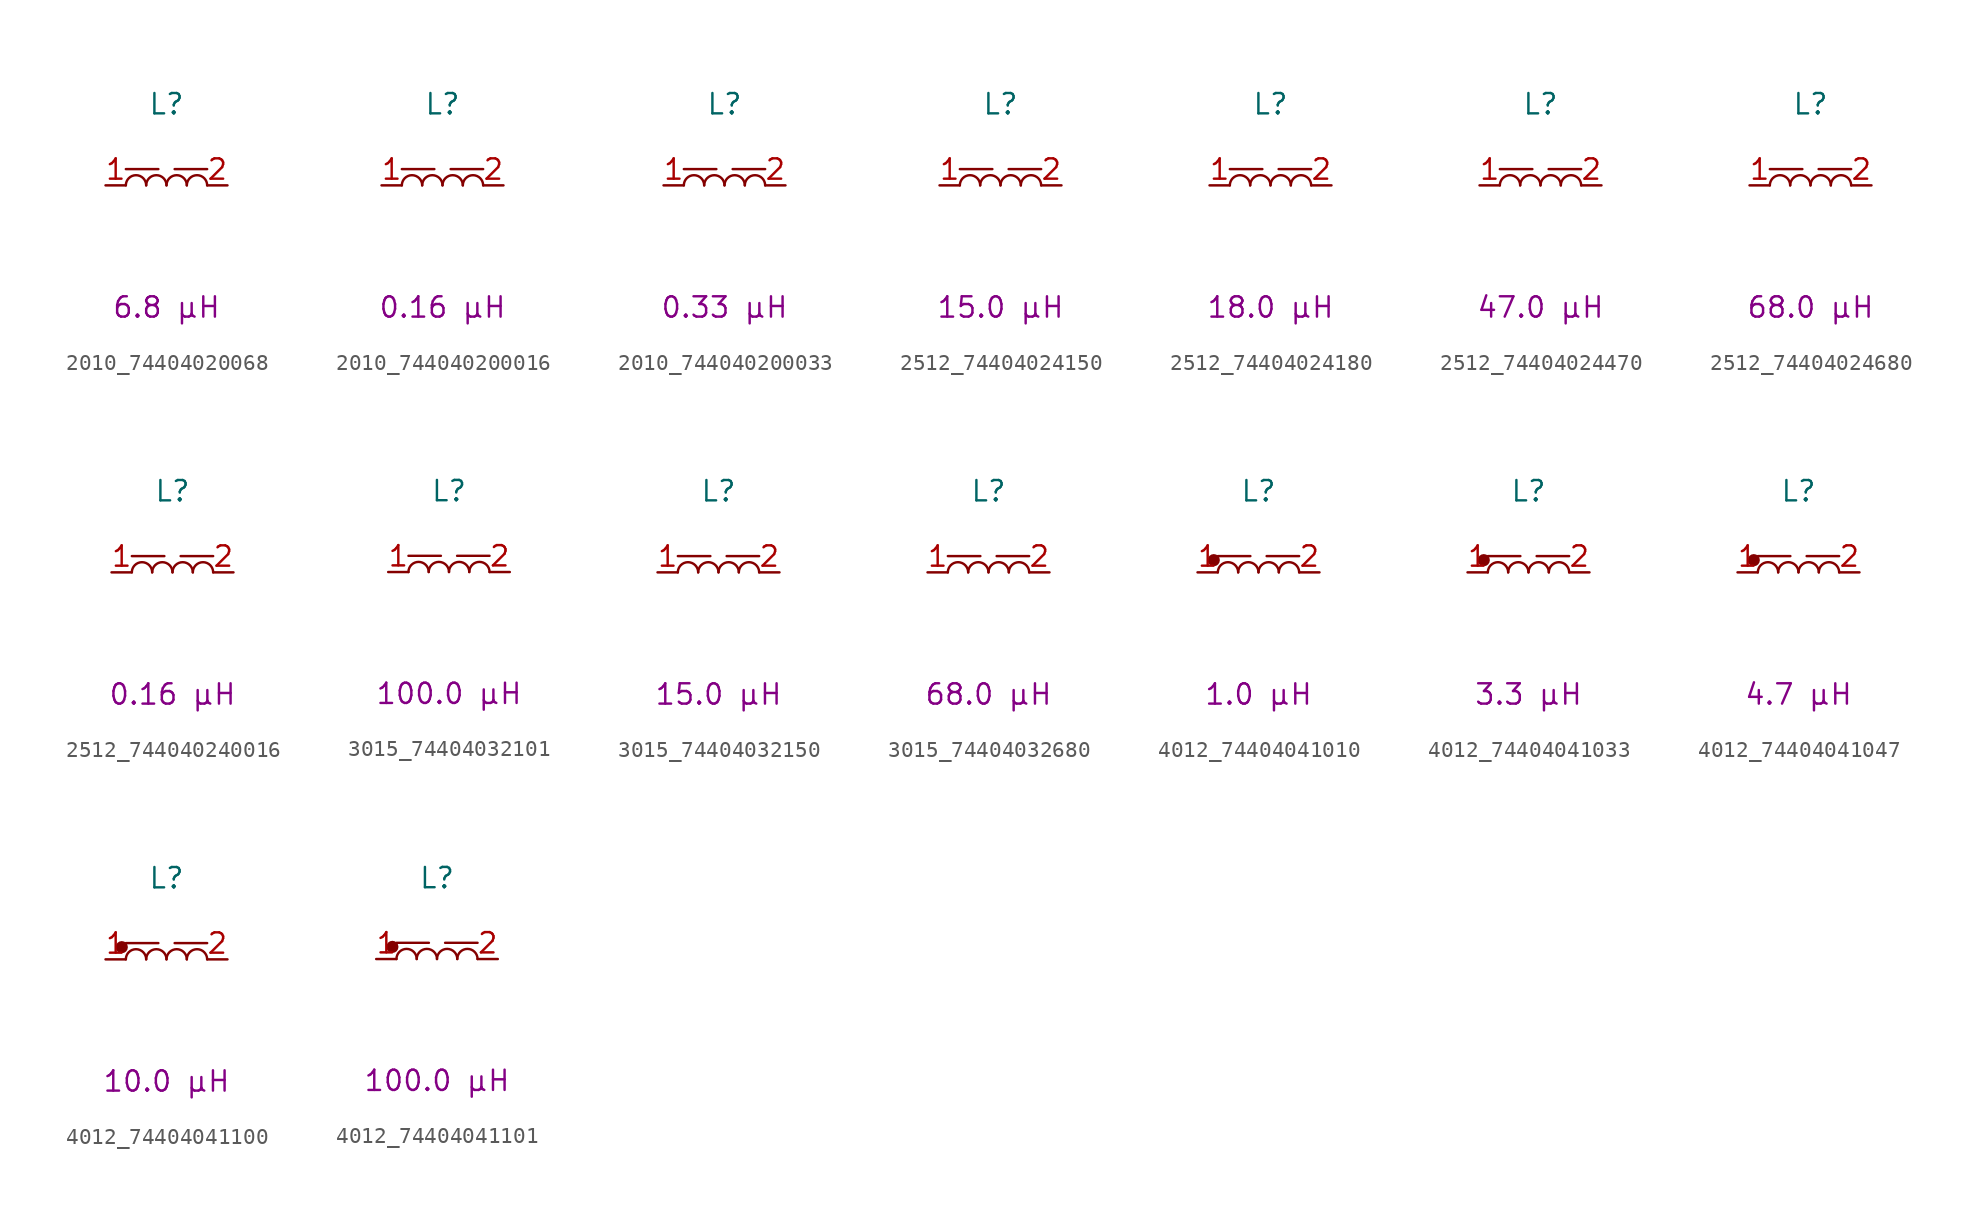
<source format=kicad_sym>
(kicad_symbol_lib
  (version 20220914)
  (generator kicad_symbol_editor)
  (symbol "2010_74404020068"
    (pin_names hide)
    (property "Reference" "L"
      (at 0 5.08 0)
      (effects (font (size 1.27 1.27))))
    (property "Critical Parameter" "6.8 µH"
      (at 0 -7.62 0)
      (effects (font (size 1.27 1.27))))
    (symbol "2010_74404020068_0_1"
      (arc (start -1.27 0) (mid -1.905 0.6323) (end -2.54 0) (stroke (width 0) (type default)) (fill (type none)))
      (arc (start 0 0) (mid -0.635 0.6323) (end -1.27 0) (stroke (width 0) (type default)) (fill (type none)))
      (polyline (pts (xy -2.54 1.016) (xy -0.508 1.016)) (stroke (width 0) (type default)) (fill (type none)))
      (arc (start 1.27 0) (mid 0.635 0.6323) (end 0 0) (stroke (width 0) (type default)) (fill (type none)))
      (arc (start 2.54 0) (mid 1.905 0.6323) (end 1.27 0) (stroke (width 0) (type default)) (fill (type none))))
    (symbol "2010_74404020068_1_1"
      (polyline (pts (xy 2.54 1.016) (xy 0.508 1.016)) (stroke (width 0) (type default)) (fill (type none)))
      (pin passive line (at -3.81 0 0) (length 1.27) (name "1" (effects (font (size 1.27 1.27)))) (number "1" (effects (font (size 1.27 1.27)))))
      (pin passive line (at 3.81 0 180) (length 1.27) (name "2" (effects (font (size 1.27 1.27)))) (number "2" (effects (font (size 1.27 1.27)))))))
  (symbol "2010_744040200016"
    (pin_names hide)
    (property "Reference" "L"
      (at 0 5.08 0)
      (effects (font (size 1.27 1.27))))
    (property "Critical Parameter" "0.16 µH"
      (at 0 -7.62 0)
      (effects (font (size 1.27 1.27))))
    (symbol "2010_744040200016_0_1"
      (arc (start -1.27 0) (mid -1.905 0.6323) (end -2.54 0) (stroke (width 0) (type default)) (fill (type none)))
      (arc (start 0 0) (mid -0.635 0.6323) (end -1.27 0) (stroke (width 0) (type default)) (fill (type none)))
      (polyline (pts (xy -2.54 1.016) (xy -0.508 1.016)) (stroke (width 0) (type default)) (fill (type none)))
      (arc (start 1.27 0) (mid 0.635 0.6323) (end 0 0) (stroke (width 0) (type default)) (fill (type none)))
      (arc (start 2.54 0) (mid 1.905 0.6323) (end 1.27 0) (stroke (width 0) (type default)) (fill (type none))))
    (symbol "2010_744040200016_1_1"
      (polyline (pts (xy 2.54 1.016) (xy 0.508 1.016)) (stroke (width 0) (type default)) (fill (type none)))
      (pin passive line (at -3.81 0 0) (length 1.27) (name "1" (effects (font (size 1.27 1.27)))) (number "1" (effects (font (size 1.27 1.27)))))
      (pin passive line (at 3.81 0 180) (length 1.27) (name "2" (effects (font (size 1.27 1.27)))) (number "2" (effects (font (size 1.27 1.27)))))))
  (symbol "2010_744040200033"
    (pin_names hide)
    (property "Reference" "L"
      (at 0 5.08 0)
      (effects (font (size 1.27 1.27))))
    (property "Critical Parameter" "0.33 µH"
      (at 0 -7.62 0)
      (effects (font (size 1.27 1.27))))
    (symbol "2010_744040200033_0_1"
      (arc (start -1.27 0) (mid -1.905 0.6323) (end -2.54 0) (stroke (width 0) (type default)) (fill (type none)))
      (arc (start 0 0) (mid -0.635 0.6323) (end -1.27 0) (stroke (width 0) (type default)) (fill (type none)))
      (polyline (pts (xy -2.54 1.016) (xy -0.508 1.016)) (stroke (width 0) (type default)) (fill (type none)))
      (arc (start 1.27 0) (mid 0.635 0.6323) (end 0 0) (stroke (width 0) (type default)) (fill (type none)))
      (arc (start 2.54 0) (mid 1.905 0.6323) (end 1.27 0) (stroke (width 0) (type default)) (fill (type none))))
    (symbol "2010_744040200033_1_1"
      (polyline (pts (xy 2.54 1.016) (xy 0.508 1.016)) (stroke (width 0) (type default)) (fill (type none)))
      (pin passive line (at -3.81 0 0) (length 1.27) (name "1" (effects (font (size 1.27 1.27)))) (number "1" (effects (font (size 1.27 1.27)))))
      (pin passive line (at 3.81 0 180) (length 1.27) (name "2" (effects (font (size 1.27 1.27)))) (number "2" (effects (font (size 1.27 1.27)))))))
  (symbol "2512_74404024150"
    (pin_names hide)
    (property "Reference" "L"
      (at 0 5.08 0)
      (effects (font (size 1.27 1.27))))
    (property "Critical Parameter" "15.0 µH"
      (at 0 -7.62 0)
      (effects (font (size 1.27 1.27))))
    (symbol "2512_74404024150_0_1"
      (arc (start -1.27 0) (mid -1.905 0.6323) (end -2.54 0) (stroke (width 0) (type default)) (fill (type none)))
      (arc (start 0 0) (mid -0.635 0.6323) (end -1.27 0) (stroke (width 0) (type default)) (fill (type none)))
      (polyline (pts (xy -2.54 1.016) (xy -0.508 1.016)) (stroke (width 0) (type default)) (fill (type none)))
      (arc (start 1.27 0) (mid 0.635 0.6323) (end 0 0) (stroke (width 0) (type default)) (fill (type none)))
      (arc (start 2.54 0) (mid 1.905 0.6323) (end 1.27 0) (stroke (width 0) (type default)) (fill (type none))))
    (symbol "2512_74404024150_1_1"
      (polyline (pts (xy 2.54 1.016) (xy 0.508 1.016)) (stroke (width 0) (type default)) (fill (type none)))
      (pin passive line (at -3.81 0 0) (length 1.27) (name "1" (effects (font (size 1.27 1.27)))) (number "1" (effects (font (size 1.27 1.27)))))
      (pin passive line (at 3.81 0 180) (length 1.27) (name "2" (effects (font (size 1.27 1.27)))) (number "2" (effects (font (size 1.27 1.27)))))))
  (symbol "2512_74404024180"
    (pin_names hide)
    (property "Reference" "L"
      (at 0 5.08 0)
      (effects (font (size 1.27 1.27))))
    (property "Critical Parameter" "18.0 µH"
      (at 0 -7.62 0)
      (effects (font (size 1.27 1.27))))
    (symbol "2512_74404024180_0_1"
      (arc (start -1.27 0) (mid -1.905 0.6323) (end -2.54 0) (stroke (width 0) (type default)) (fill (type none)))
      (arc (start 0 0) (mid -0.635 0.6323) (end -1.27 0) (stroke (width 0) (type default)) (fill (type none)))
      (polyline (pts (xy -2.54 1.016) (xy -0.508 1.016)) (stroke (width 0) (type default)) (fill (type none)))
      (arc (start 1.27 0) (mid 0.635 0.6323) (end 0 0) (stroke (width 0) (type default)) (fill (type none)))
      (arc (start 2.54 0) (mid 1.905 0.6323) (end 1.27 0) (stroke (width 0) (type default)) (fill (type none))))
    (symbol "2512_74404024180_1_1"
      (polyline (pts (xy 2.54 1.016) (xy 0.508 1.016)) (stroke (width 0) (type default)) (fill (type none)))
      (pin passive line (at -3.81 0 0) (length 1.27) (name "1" (effects (font (size 1.27 1.27)))) (number "1" (effects (font (size 1.27 1.27)))))
      (pin passive line (at 3.81 0 180) (length 1.27) (name "2" (effects (font (size 1.27 1.27)))) (number "2" (effects (font (size 1.27 1.27)))))))
  (symbol "2512_74404024470"
    (pin_names hide)
    (property "Reference" "L"
      (at 0 5.08 0)
      (effects (font (size 1.27 1.27))))
    (property "Critical Parameter" "47.0 µH"
      (at 0 -7.62 0)
      (effects (font (size 1.27 1.27))))
    (symbol "2512_74404024470_0_1"
      (arc (start -1.27 0) (mid -1.905 0.6323) (end -2.54 0) (stroke (width 0) (type default)) (fill (type none)))
      (arc (start 0 0) (mid -0.635 0.6323) (end -1.27 0) (stroke (width 0) (type default)) (fill (type none)))
      (polyline (pts (xy -2.54 1.016) (xy -0.508 1.016)) (stroke (width 0) (type default)) (fill (type none)))
      (arc (start 1.27 0) (mid 0.635 0.6323) (end 0 0) (stroke (width 0) (type default)) (fill (type none)))
      (arc (start 2.54 0) (mid 1.905 0.6323) (end 1.27 0) (stroke (width 0) (type default)) (fill (type none))))
    (symbol "2512_74404024470_1_1"
      (polyline (pts (xy 2.54 1.016) (xy 0.508 1.016)) (stroke (width 0) (type default)) (fill (type none)))
      (pin passive line (at -3.81 0 0) (length 1.27) (name "1" (effects (font (size 1.27 1.27)))) (number "1" (effects (font (size 1.27 1.27)))))
      (pin passive line (at 3.81 0 180) (length 1.27) (name "2" (effects (font (size 1.27 1.27)))) (number "2" (effects (font (size 1.27 1.27)))))))
  (symbol "2512_74404024680"
    (pin_names hide)
    (property "Reference" "L"
      (at 0 5.08 0)
      (effects (font (size 1.27 1.27))))
    (property "Critical Parameter" "68.0 µH"
      (at 0 -7.62 0)
      (effects (font (size 1.27 1.27))))
    (symbol "2512_74404024680_0_1"
      (arc (start -1.27 0) (mid -1.905 0.6323) (end -2.54 0) (stroke (width 0) (type default)) (fill (type none)))
      (arc (start 0 0) (mid -0.635 0.6323) (end -1.27 0) (stroke (width 0) (type default)) (fill (type none)))
      (polyline (pts (xy -2.54 1.016) (xy -0.508 1.016)) (stroke (width 0) (type default)) (fill (type none)))
      (arc (start 1.27 0) (mid 0.635 0.6323) (end 0 0) (stroke (width 0) (type default)) (fill (type none)))
      (arc (start 2.54 0) (mid 1.905 0.6323) (end 1.27 0) (stroke (width 0) (type default)) (fill (type none))))
    (symbol "2512_74404024680_1_1"
      (polyline (pts (xy 2.54 1.016) (xy 0.508 1.016)) (stroke (width 0) (type default)) (fill (type none)))
      (pin passive line (at -3.81 0 0) (length 1.27) (name "1" (effects (font (size 1.27 1.27)))) (number "1" (effects (font (size 1.27 1.27)))))
      (pin passive line (at 3.81 0 180) (length 1.27) (name "2" (effects (font (size 1.27 1.27)))) (number "2" (effects (font (size 1.27 1.27)))))))
  (symbol "2512_744040240016"
    (pin_names hide)
    (property "Reference" "L"
      (at 0 5.08 0)
      (effects (font (size 1.27 1.27))))
    (property "Critical Parameter" "0.16 µH"
      (at 0 -7.62 0)
      (effects (font (size 1.27 1.27))))
    (symbol "2512_744040240016_0_1"
      (arc (start -1.27 0) (mid -1.905 0.6323) (end -2.54 0) (stroke (width 0) (type default)) (fill (type none)))
      (arc (start 0 0) (mid -0.635 0.6323) (end -1.27 0) (stroke (width 0) (type default)) (fill (type none)))
      (polyline (pts (xy -2.54 1.016) (xy -0.508 1.016)) (stroke (width 0) (type default)) (fill (type none)))
      (arc (start 1.27 0) (mid 0.635 0.6323) (end 0 0) (stroke (width 0) (type default)) (fill (type none)))
      (arc (start 2.54 0) (mid 1.905 0.6323) (end 1.27 0) (stroke (width 0) (type default)) (fill (type none))))
    (symbol "2512_744040240016_1_1"
      (polyline (pts (xy 2.54 1.016) (xy 0.508 1.016)) (stroke (width 0) (type default)) (fill (type none)))
      (pin passive line (at -3.81 0 0) (length 1.27) (name "1" (effects (font (size 1.27 1.27)))) (number "1" (effects (font (size 1.27 1.27)))))
      (pin passive line (at 3.81 0 180) (length 1.27) (name "2" (effects (font (size 1.27 1.27)))) (number "2" (effects (font (size 1.27 1.27)))))))
  (symbol "3015_74404032101"
    (pin_names hide)
    (property "Reference" "L"
      (at 0 5.08 0)
      (effects (font (size 1.27 1.27))))
    (property "Critical Parameter" "100.0 µH"
      (at 0 -7.62 0)
      (effects (font (size 1.27 1.27))))
    (symbol "3015_74404032101_0_1"
      (arc (start -1.27 0) (mid -1.905 0.6323) (end -2.54 0) (stroke (width 0) (type default)) (fill (type none)))
      (arc (start 0 0) (mid -0.635 0.6323) (end -1.27 0) (stroke (width 0) (type default)) (fill (type none)))
      (polyline (pts (xy -2.54 1.016) (xy -0.508 1.016)) (stroke (width 0) (type default)) (fill (type none)))
      (arc (start 1.27 0) (mid 0.635 0.6323) (end 0 0) (stroke (width 0) (type default)) (fill (type none)))
      (arc (start 2.54 0) (mid 1.905 0.6323) (end 1.27 0) (stroke (width 0) (type default)) (fill (type none))))
    (symbol "3015_74404032101_1_1"
      (polyline (pts (xy 2.54 1.016) (xy 0.508 1.016)) (stroke (width 0) (type default)) (fill (type none)))
      (pin passive line (at -3.81 0 0) (length 1.27) (name "1" (effects (font (size 1.27 1.27)))) (number "1" (effects (font (size 1.27 1.27)))))
      (pin passive line (at 3.81 0 180) (length 1.27) (name "2" (effects (font (size 1.27 1.27)))) (number "2" (effects (font (size 1.27 1.27)))))))
  (symbol "3015_74404032150"
    (pin_names hide)
    (property "Reference" "L"
      (at 0 5.08 0)
      (effects (font (size 1.27 1.27))))
    (property "Critical Parameter" "15.0 µH"
      (at 0 -7.62 0)
      (effects (font (size 1.27 1.27))))
    (symbol "3015_74404032150_0_1"
      (arc (start -1.27 0) (mid -1.905 0.6323) (end -2.54 0) (stroke (width 0) (type default)) (fill (type none)))
      (arc (start 0 0) (mid -0.635 0.6323) (end -1.27 0) (stroke (width 0) (type default)) (fill (type none)))
      (polyline (pts (xy -2.54 1.016) (xy -0.508 1.016)) (stroke (width 0) (type default)) (fill (type none)))
      (arc (start 1.27 0) (mid 0.635 0.6323) (end 0 0) (stroke (width 0) (type default)) (fill (type none)))
      (arc (start 2.54 0) (mid 1.905 0.6323) (end 1.27 0) (stroke (width 0) (type default)) (fill (type none))))
    (symbol "3015_74404032150_1_1"
      (polyline (pts (xy 2.54 1.016) (xy 0.508 1.016)) (stroke (width 0) (type default)) (fill (type none)))
      (pin passive line (at -3.81 0 0) (length 1.27) (name "1" (effects (font (size 1.27 1.27)))) (number "1" (effects (font (size 1.27 1.27)))))
      (pin passive line (at 3.81 0 180) (length 1.27) (name "2" (effects (font (size 1.27 1.27)))) (number "2" (effects (font (size 1.27 1.27)))))))
  (symbol "3015_74404032680"
    (pin_names hide)
    (property "Reference" "L"
      (at 0 5.08 0)
      (effects (font (size 1.27 1.27))))
    (property "Critical Parameter" "68.0 µH"
      (at 0 -7.62 0)
      (effects (font (size 1.27 1.27))))
    (symbol "3015_74404032680_0_1"
      (arc (start -1.27 0) (mid -1.905 0.6323) (end -2.54 0) (stroke (width 0) (type default)) (fill (type none)))
      (arc (start 0 0) (mid -0.635 0.6323) (end -1.27 0) (stroke (width 0) (type default)) (fill (type none)))
      (polyline (pts (xy -2.54 1.016) (xy -0.508 1.016)) (stroke (width 0) (type default)) (fill (type none)))
      (arc (start 1.27 0) (mid 0.635 0.6323) (end 0 0) (stroke (width 0) (type default)) (fill (type none)))
      (arc (start 2.54 0) (mid 1.905 0.6323) (end 1.27 0) (stroke (width 0) (type default)) (fill (type none))))
    (symbol "3015_74404032680_1_1"
      (polyline (pts (xy 2.54 1.016) (xy 0.508 1.016)) (stroke (width 0) (type default)) (fill (type none)))
      (pin passive line (at -3.81 0 0) (length 1.27) (name "1" (effects (font (size 1.27 1.27)))) (number "1" (effects (font (size 1.27 1.27)))))
      (pin passive line (at 3.81 0 180) (length 1.27) (name "2" (effects (font (size 1.27 1.27)))) (number "2" (effects (font (size 1.27 1.27)))))))
  (symbol "4012_74404041010"
    (pin_names hide)
    (property "Reference" "L"
      (at 0 5.08 0)
      (effects (font (size 1.27 1.27))))
    (property "Critical Parameter" "1.0 µH"
      (at 0 -7.62 0)
      (effects (font (size 1.27 1.27))))
    (symbol "4012_74404041010_0_1"
      (arc (start -1.27 0) (mid -1.905 0.6323) (end -2.54 0) (stroke (width 0) (type default)) (fill (type none)))
      (arc (start 0 0) (mid -0.635 0.6323) (end -1.27 0) (stroke (width 0) (type default)) (fill (type none)))
      (polyline (pts (xy -2.54 1.016) (xy -0.508 1.016)) (stroke (width 0) (type default)) (fill (type none)))
      (arc (start 1.27 0) (mid 0.635 0.6323) (end 0 0) (stroke (width 0) (type default)) (fill (type none)))
      (arc (start 2.54 0) (mid 1.905 0.6323) (end 1.27 0) (stroke (width 0) (type default)) (fill (type none))))
    (symbol "4012_74404041010_1_1"
      (circle (center -2.794 0.762) (radius 0.0001) (stroke (width 0.381) (type default)) (fill (type none)))
      (polyline (pts (xy 2.54 1.016) (xy 0.508 1.016)) (stroke (width 0) (type default)) (fill (type none)))
      (pin passive line (at -3.81 0 0) (length 1.27) (name "1" (effects (font (size 1.27 1.27)))) (number "1" (effects (font (size 1.27 1.27)))))
      (pin passive line (at 3.81 0 180) (length 1.27) (name "2" (effects (font (size 1.27 1.27)))) (number "2" (effects (font (size 1.27 1.27)))))))
  (symbol "4012_74404041033"
    (pin_names hide)
    (property "Reference" "L"
      (at 0 5.08 0)
      (effects (font (size 1.27 1.27))))
    (property "Critical Parameter" "3.3 µH"
      (at 0 -7.62 0)
      (effects (font (size 1.27 1.27))))
    (symbol "4012_74404041033_0_1"
      (arc (start -1.27 0) (mid -1.905 0.6323) (end -2.54 0) (stroke (width 0) (type default)) (fill (type none)))
      (arc (start 0 0) (mid -0.635 0.6323) (end -1.27 0) (stroke (width 0) (type default)) (fill (type none)))
      (polyline (pts (xy -2.54 1.016) (xy -0.508 1.016)) (stroke (width 0) (type default)) (fill (type none)))
      (arc (start 1.27 0) (mid 0.635 0.6323) (end 0 0) (stroke (width 0) (type default)) (fill (type none)))
      (arc (start 2.54 0) (mid 1.905 0.6323) (end 1.27 0) (stroke (width 0) (type default)) (fill (type none))))
    (symbol "4012_74404041033_1_1"
      (circle (center -2.794 0.762) (radius 0.0001) (stroke (width 0.381) (type default)) (fill (type none)))
      (polyline (pts (xy 2.54 1.016) (xy 0.508 1.016)) (stroke (width 0) (type default)) (fill (type none)))
      (pin passive line (at -3.81 0 0) (length 1.27) (name "1" (effects (font (size 1.27 1.27)))) (number "1" (effects (font (size 1.27 1.27)))))
      (pin passive line (at 3.81 0 180) (length 1.27) (name "2" (effects (font (size 1.27 1.27)))) (number "2" (effects (font (size 1.27 1.27)))))))
  (symbol "4012_74404041047"
    (pin_names hide)
    (property "Reference" "L"
      (at 0 5.08 0)
      (effects (font (size 1.27 1.27))))
    (property "Critical Parameter" "4.7 µH"
      (at 0 -7.62 0)
      (effects (font (size 1.27 1.27))))
    (symbol "4012_74404041047_0_1"
      (arc (start -1.27 0) (mid -1.905 0.6323) (end -2.54 0) (stroke (width 0) (type default)) (fill (type none)))
      (arc (start 0 0) (mid -0.635 0.6323) (end -1.27 0) (stroke (width 0) (type default)) (fill (type none)))
      (polyline (pts (xy -2.54 1.016) (xy -0.508 1.016)) (stroke (width 0) (type default)) (fill (type none)))
      (arc (start 1.27 0) (mid 0.635 0.6323) (end 0 0) (stroke (width 0) (type default)) (fill (type none)))
      (arc (start 2.54 0) (mid 1.905 0.6323) (end 1.27 0) (stroke (width 0) (type default)) (fill (type none))))
    (symbol "4012_74404041047_1_1"
      (circle (center -2.794 0.762) (radius 0.0001) (stroke (width 0.381) (type default)) (fill (type none)))
      (polyline (pts (xy 2.54 1.016) (xy 0.508 1.016)) (stroke (width 0) (type default)) (fill (type none)))
      (pin passive line (at -3.81 0 0) (length 1.27) (name "1" (effects (font (size 1.27 1.27)))) (number "1" (effects (font (size 1.27 1.27)))))
      (pin passive line (at 3.81 0 180) (length 1.27) (name "2" (effects (font (size 1.27 1.27)))) (number "2" (effects (font (size 1.27 1.27)))))))
  (symbol "4012_74404041100"
    (pin_names hide)
    (property "Reference" "L"
      (at 0 5.08 0)
      (effects (font (size 1.27 1.27))))
    (property "Critical Parameter" "10.0 µH"
      (at 0 -7.62 0)
      (effects (font (size 1.27 1.27))))
    (symbol "4012_74404041100_0_1"
      (arc (start -1.27 0) (mid -1.905 0.6323) (end -2.54 0) (stroke (width 0) (type default)) (fill (type none)))
      (arc (start 0 0) (mid -0.635 0.6323) (end -1.27 0) (stroke (width 0) (type default)) (fill (type none)))
      (polyline (pts (xy -2.54 1.016) (xy -0.508 1.016)) (stroke (width 0) (type default)) (fill (type none)))
      (arc (start 1.27 0) (mid 0.635 0.6323) (end 0 0) (stroke (width 0) (type default)) (fill (type none)))
      (arc (start 2.54 0) (mid 1.905 0.6323) (end 1.27 0) (stroke (width 0) (type default)) (fill (type none))))
    (symbol "4012_74404041100_1_1"
      (circle (center -2.794 0.762) (radius 0.0001) (stroke (width 0.381) (type default)) (fill (type none)))
      (polyline (pts (xy 2.54 1.016) (xy 0.508 1.016)) (stroke (width 0) (type default)) (fill (type none)))
      (pin passive line (at -3.81 0 0) (length 1.27) (name "1" (effects (font (size 1.27 1.27)))) (number "1" (effects (font (size 1.27 1.27)))))
      (pin passive line (at 3.81 0 180) (length 1.27) (name "2" (effects (font (size 1.27 1.27)))) (number "2" (effects (font (size 1.27 1.27)))))))
  (symbol "4012_74404041101"
    (pin_names hide)
    (property "Reference" "L"
      (at 0 5.08 0)
      (effects (font (size 1.27 1.27))))
    (property "Critical Parameter" "100.0 µH"
      (at 0 -7.62 0)
      (effects (font (size 1.27 1.27))))
    (symbol "4012_74404041101_0_1"
      (arc (start -1.27 0) (mid -1.905 0.6323) (end -2.54 0) (stroke (width 0) (type default)) (fill (type none)))
      (arc (start 0 0) (mid -0.635 0.6323) (end -1.27 0) (stroke (width 0) (type default)) (fill (type none)))
      (polyline (pts (xy -2.54 1.016) (xy -0.508 1.016)) (stroke (width 0) (type default)) (fill (type none)))
      (arc (start 1.27 0) (mid 0.635 0.6323) (end 0 0) (stroke (width 0) (type default)) (fill (type none)))
      (arc (start 2.54 0) (mid 1.905 0.6323) (end 1.27 0) (stroke (width 0) (type default)) (fill (type none))))
    (symbol "4012_74404041101_1_1"
      (circle (center -2.794 0.762) (radius 0.0001) (stroke (width 0.381) (type default)) (fill (type none)))
      (polyline (pts (xy 2.54 1.016) (xy 0.508 1.016)) (stroke (width 0) (type default)) (fill (type none)))
      (pin passive line (at -3.81 0 0) (length 1.27) (name "1" (effects (font (size 1.27 1.27)))) (number "1" (effects (font (size 1.27 1.27)))))
      (pin passive line (at 3.81 0 180) (length 1.27) (name "2" (effects (font (size 1.27 1.27)))) (number "2" (effects (font (size 1.27 1.27))))))))
</source>
